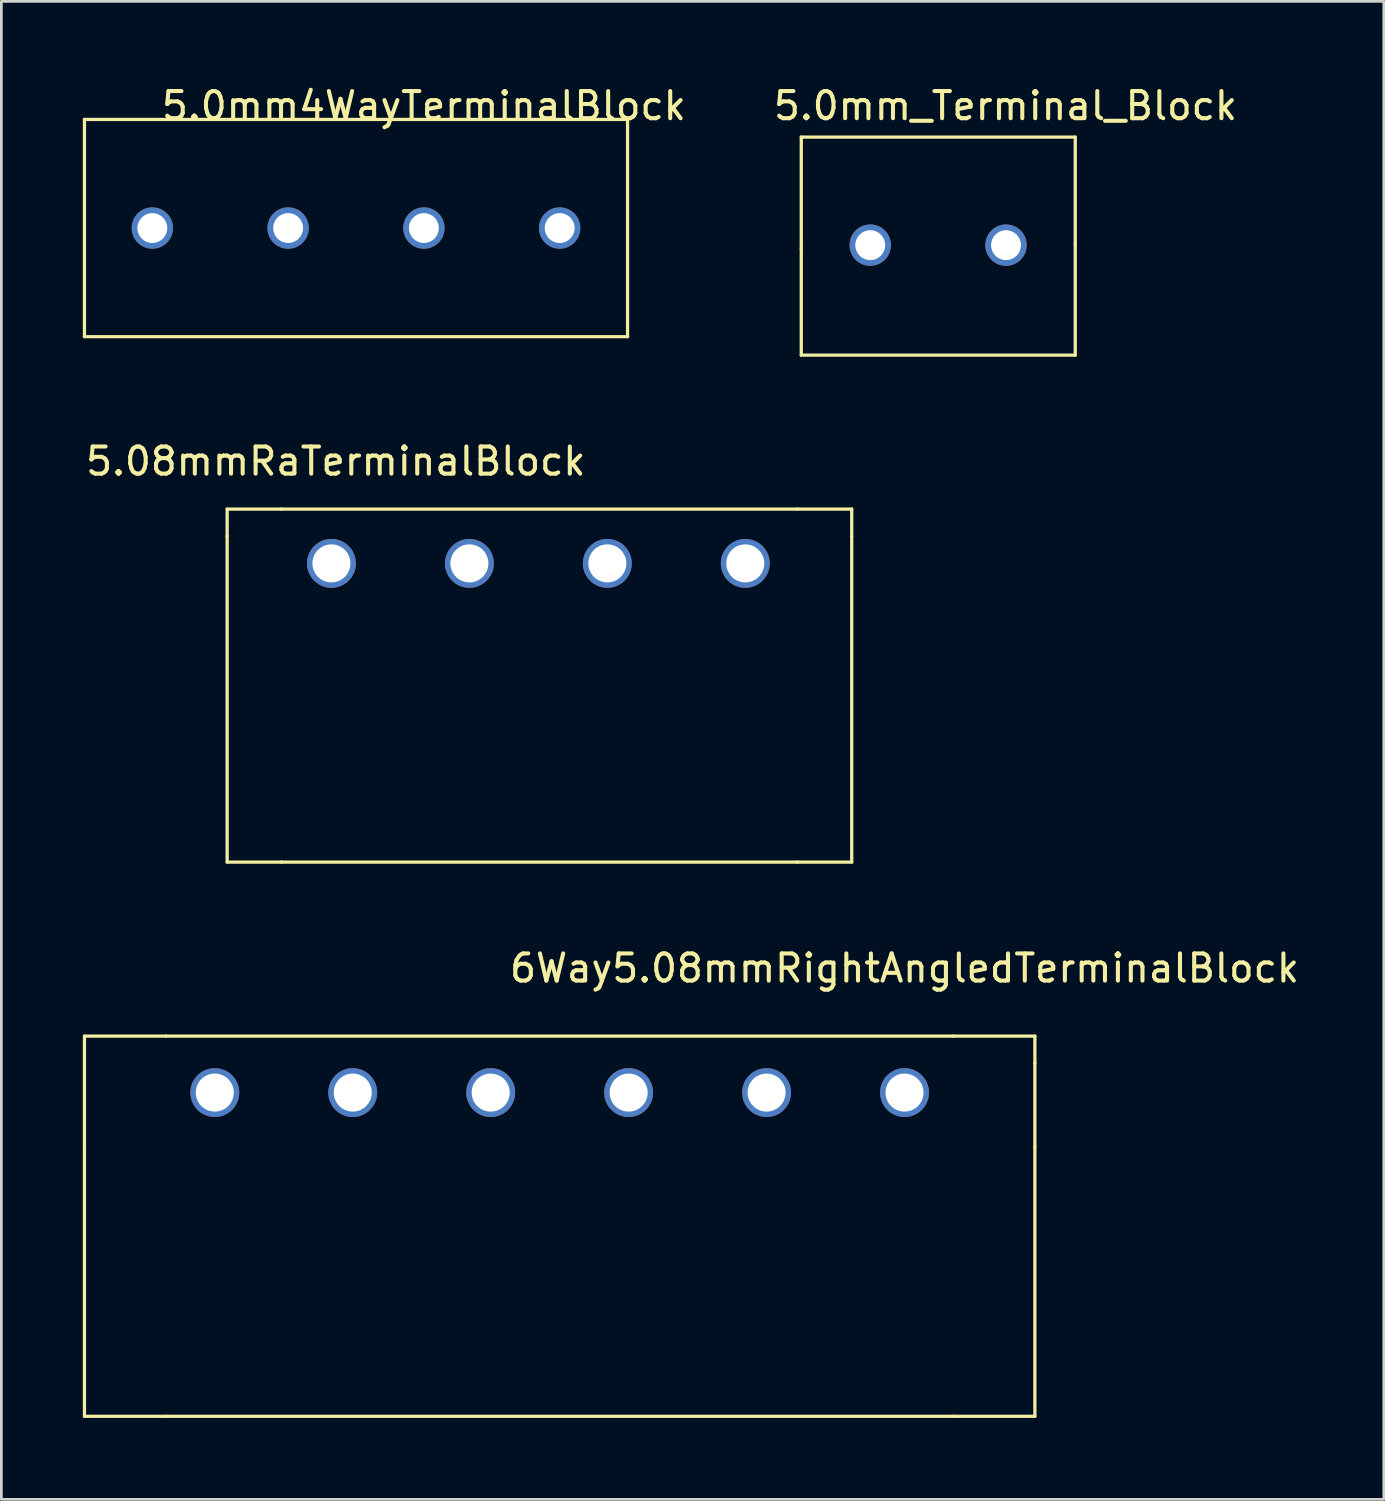
<source format=kicad_pcb>
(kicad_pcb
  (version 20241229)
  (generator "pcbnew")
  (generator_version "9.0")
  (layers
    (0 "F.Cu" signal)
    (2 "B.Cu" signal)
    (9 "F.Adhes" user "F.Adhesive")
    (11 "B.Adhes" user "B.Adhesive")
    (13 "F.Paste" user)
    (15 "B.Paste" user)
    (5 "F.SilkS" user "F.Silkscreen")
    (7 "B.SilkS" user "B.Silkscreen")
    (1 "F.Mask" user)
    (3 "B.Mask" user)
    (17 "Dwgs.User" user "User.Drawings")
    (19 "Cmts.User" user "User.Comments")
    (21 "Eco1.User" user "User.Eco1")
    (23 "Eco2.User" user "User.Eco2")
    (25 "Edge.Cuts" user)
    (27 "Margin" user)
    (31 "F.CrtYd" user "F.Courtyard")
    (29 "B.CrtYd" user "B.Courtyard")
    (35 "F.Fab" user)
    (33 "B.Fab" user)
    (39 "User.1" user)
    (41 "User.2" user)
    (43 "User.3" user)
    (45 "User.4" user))
  (footprint "5.08mmRaTerminalBlock"
    (layer "F.Cu")
    (at 16.315 19.697)
    (property "Reference" "5.08mmRaTerminalBlock" (at -7 -5.76 0) (layer "F.SilkS") (effects (font (size 1 1) (thickness 0.15))))
    (attr through_hole)
    (fp_line (start -11 -4) (end -11 -3) (stroke (width 0.12) (type solid)) (layer "F.SilkS"))
    (fp_line (start -11 -3) (end -11 9) (stroke (width 0.12) (type solid)) (layer "F.SilkS"))
    (fp_line (start -11 9) (end -9 9) (stroke (width 0.12) (type solid)) (layer "F.SilkS"))
    (fp_line (start -9 -4) (end -11 -4) (stroke (width 0.12) (type solid)) (layer "F.SilkS"))
    (fp_line (start -9 9) (end 10 9) (stroke (width 0.12) (type solid)) (layer "F.SilkS"))
    (fp_line (start 10 -4) (end -9 -4) (stroke (width 0.12) (type solid)) (layer "F.SilkS"))
    (fp_line (start 10 9) (end 12 9) (stroke (width 0.12) (type solid)) (layer "F.SilkS"))
    (fp_line (start 12 -4) (end 10 -4) (stroke (width 0.12) (type solid)) (layer "F.SilkS"))
    (fp_line (start 12 -3) (end 12 -4) (stroke (width 0.12) (type solid)) (layer "F.SilkS"))
    (fp_line (start 12 9) (end 12 -3) (stroke (width 0.12) (type solid)) (layer "F.SilkS"))
    (pad "1" thru_hole circle (at -7.16 -2) (size 1.8 1.8) (drill 1.4) (layers "*.Cu" "*.Mask"))
    (pad "2" thru_hole circle (at -2.08 -2) (size 1.8 1.8) (drill 1.4) (layers "*.Cu" "*.Mask"))
    (pad "3" thru_hole circle (at 3 -2) (size 1.8 1.8) (drill 1.4) (layers "*.Cu" "*.Mask"))
    (pad "4" thru_hole circle (at 8.08 -2) (size 1.8 1.8) (drill 1.4) (layers "*.Cu" "*.Mask")))
  (footprint "5.0mm4WayTerminalBlock"
    (layer "F.Cu")
    (at 12.56 0.348)
    (property "Reference" "5.0mm4WayTerminalBlock" (at 0 0.5 0) (layer "F.SilkS") (effects (font (size 1 1) (thickness 0.15))))
    (attr through_hole)
    (fp_line (start -12.5 1) (end -12.5 9) (stroke (width 0.12) (type solid)) (layer "F.SilkS"))
    (fp_line (start 7.5 1) (end -12.5 1) (stroke (width 0.12) (type solid)) (layer "F.SilkS"))
    (fp_line (start 7.5 1) (end 7.5 9) (stroke (width 0.12) (type solid)) (layer "F.SilkS"))
    (fp_line (start 7.5 9) (end -12.5 9) (stroke (width 0.12) (type solid)) (layer "F.SilkS"))
    (pad "1" thru_hole circle (at -10 5) (size 1.524 1.524) (drill 1.1) (layers "*.Cu" "*.Mask"))
    (pad "2" thru_hole circle (at -5 5) (size 1.524 1.524) (drill 1.1) (layers "*.Cu" "*.Mask"))
    (pad "3" thru_hole circle (at 0 5) (size 1.524 1.524) (drill 1.1) (layers "*.Cu" "*.Mask"))
    (pad "4" thru_hole circle (at 5 5) (size 1.524 1.524) (drill 1.1) (layers "*.Cu" "*.Mask")))
  (footprint "6Way5.08mmRightAngledTerminalBlock"
    (layer "F.Cu")
    (at 30.26 32.105)
    (property "Reference" "6Way5.08mmRightAngledTerminalBlock" (at 0 0.5 0) (layer "F.SilkS") (effects (font (size 1 1) (thickness 0.15))))
    (attr through_hole)
    (fp_line (start -30.2 4) (end -30.2 3) (stroke (width 0.12) (type solid)) (layer "F.SilkS"))
    (fp_line (start -30.2 7) (end -30.2 4) (stroke (width 0.12) (type solid)) (layer "F.SilkS"))
    (fp_line (start -30.2 17) (end -30.2 7) (stroke (width 0.12) (type solid)) (layer "F.SilkS"))
    (fp_line (start -27.2 3) (end -30.2 3) (stroke (width 0.12) (type solid)) (layer "F.SilkS"))
    (fp_line (start -27.2 17) (end -30.2 17) (stroke (width 0.12) (type solid)) (layer "F.SilkS"))
    (fp_line (start 1.8 3) (end -27.2 3) (stroke (width 0.12) (type solid)) (layer "F.SilkS"))
    (fp_line (start 1.8 3) (end 4.8 3) (stroke (width 0.12) (type solid)) (layer "F.SilkS"))
    (fp_line (start 1.8 17) (end -27.2 17) (stroke (width 0.12) (type solid)) (layer "F.SilkS"))
    (fp_line (start 1.8 17) (end 4.8 17) (stroke (width 0.12) (type solid)) (layer "F.SilkS"))
    (fp_line (start 4.8 3) (end 4.8 4) (stroke (width 0.12) (type solid)) (layer "F.SilkS"))
    (fp_line (start 4.8 7.08) (end 4.8 4) (stroke (width 0.12) (type solid)) (layer "F.SilkS"))
    (fp_line (start 4.8 7.08) (end 4.8 17) (stroke (width 0.12) (type solid)) (layer "F.SilkS"))
    (pad "1" thru_hole circle (at -25.4 5.08) (size 1.8 1.8) (drill 1.4) (layers "*.Cu" "*.Mask"))
    (pad "2" thru_hole circle (at -20.32 5.08) (size 1.8 1.8) (drill 1.4) (layers "*.Cu" "*.Mask"))
    (pad "3" thru_hole circle (at -15.24 5.08) (size 1.8 1.8) (drill 1.4) (layers "*.Cu" "*.Mask"))
    (pad "4" thru_hole circle (at -10.16 5.08) (size 1.8 1.8) (drill 1.4) (layers "*.Cu" "*.Mask"))
    (pad "5" thru_hole circle (at -5.08 5.08) (size 1.8 1.8) (drill 1.4) (layers "*.Cu" "*.Mask"))
    (pad "6" thru_hole circle (at 0 5.08) (size 1.8 1.8) (drill 1.4) (layers "*.Cu" "*.Mask")))
  (footprint "5.0mm_Terminal_Block"
    (layer "F.Cu")
    (at 31.627 6.078)
    (property "Reference" "5.0mm_Terminal_Block" (at 2.35 -5.23 0) (layer "F.SilkS") (effects (font (size 1 1) (thickness 0.15))))
    (attr through_hole)
    (fp_line (start -5.17 -4.08) (end -5.17 -0.1) (stroke (width 0.12) (type solid)) (layer "F.SilkS"))
    (fp_line (start -5.17 0.03) (end -5.17 -0.07) (stroke (width 0.12) (type solid)) (layer "F.SilkS"))
    (fp_line (start -5.17 0.03) (end -5.17 3.95) (stroke (width 0.12) (type solid)) (layer "F.SilkS"))
    (fp_line (start -5.17 3.95) (end 4.92 3.95) (stroke (width 0.12) (type solid)) (layer "F.SilkS"))
    (fp_line (start 4.92 -4.08) (end -5.17 -4.08) (stroke (width 0.12) (type solid)) (layer "F.SilkS"))
    (fp_line (start 4.92 -0.16) (end 4.92 -4.08) (stroke (width 0.12) (type solid)) (layer "F.SilkS"))
    (fp_line (start 4.92 -0.16) (end 4.92 -0.06) (stroke (width 0.12) (type solid)) (layer "F.SilkS"))
    (fp_line (start 4.92 3.95) (end 4.92 -0.03) (stroke (width 0.12) (type solid)) (layer "F.SilkS"))
    (pad "1" thru_hole circle (at -2.63 -0.1) (size 1.524 1.524) (drill 1.1) (layers "*.Cu" "*.Mask"))
    (pad "2" thru_hole circle (at 2.37 -0.1) (size 1.524 1.524) (drill 1.1) (layers "*.Cu" "*.Mask")))
  (gr_rect
    (start -3 -3)
    (end 47.909 52.165)
    (stroke (width 0.1) (type default))
    (fill no)
    (layer "Edge.Cuts")))
</source>
